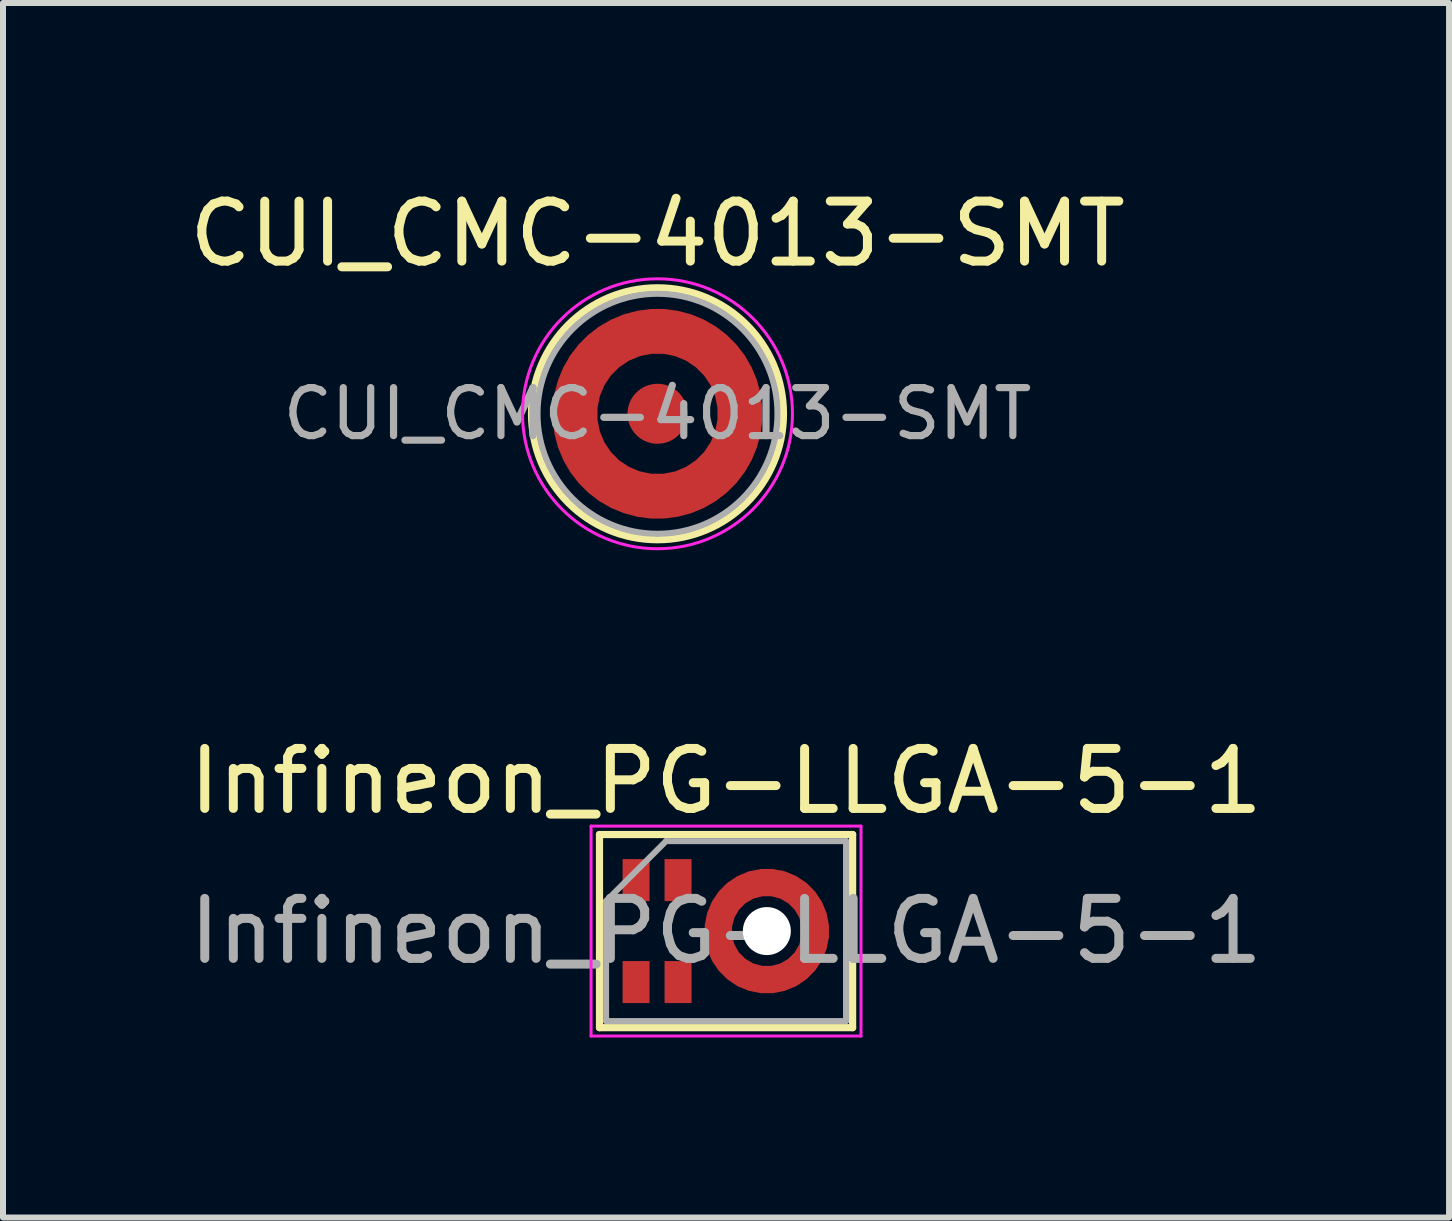
<source format=kicad_pcb>
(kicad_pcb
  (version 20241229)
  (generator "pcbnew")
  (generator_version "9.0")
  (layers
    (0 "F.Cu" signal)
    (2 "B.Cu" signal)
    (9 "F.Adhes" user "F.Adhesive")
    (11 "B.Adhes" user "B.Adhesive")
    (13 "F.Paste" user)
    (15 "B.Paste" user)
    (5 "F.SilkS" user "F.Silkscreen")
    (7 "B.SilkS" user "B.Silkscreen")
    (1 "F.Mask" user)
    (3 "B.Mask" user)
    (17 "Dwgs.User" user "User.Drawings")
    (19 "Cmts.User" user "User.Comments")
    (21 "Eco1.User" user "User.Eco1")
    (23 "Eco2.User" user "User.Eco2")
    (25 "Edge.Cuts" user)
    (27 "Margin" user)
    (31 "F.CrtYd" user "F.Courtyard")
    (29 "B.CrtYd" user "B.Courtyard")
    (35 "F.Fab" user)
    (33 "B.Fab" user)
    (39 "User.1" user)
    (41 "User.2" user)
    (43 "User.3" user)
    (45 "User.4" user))
  (footprint "CUI_CMC-4013-SMT"
    (layer "F.Cu")
    (at 7.911 3.848)
    (property "Reference" "CUI_CMC-4013-SMT" (at 0 -3 0) (layer "F.SilkS") (effects (font (size 1 1) (thickness 0.15))))
    (attr smd)
    (fp_circle (center 0 0) (end 2.1 0) (stroke (width 0.12) (type solid)) (fill no) (layer "F.SilkS"))
    (fp_circle (center 0 0) (end 2.25 0) (stroke (width 0.05) (type solid)) (fill no) (layer "F.CrtYd"))
    (fp_circle (center 0 0) (end 2 0) (stroke (width 0.1) (type solid)) (fill no) (layer "F.Fab"))
    (fp_text user "${REFERENCE}" (at 0 0 0) (layer "F.Fab") (effects (font (size 0.8 0.8) (thickness 0.12))))
    (pad "1" smd custom (at 0 -1.375) (size 0.75 0.75) (layers "F.Cu" "F.Mask" "F.Paste") (options (anchor circle)) (primitives (gr_circle (center 0 1.375) (end 1.375 1.375) (width 0.75) (fill no))))
    (pad "2" smd circle (at 0 0) (size 1 1) (layers "F.Cu" "F.Mask" "F.Paste")))
  (footprint "Infineon_PG-LLGA-5-1"
    (layer "F.Cu")
    (at 9.054 12.472)
    (property "Reference" "Infineon_PG-LLGA-5-1" (at 0 -2.5 0) (layer "F.SilkS") (effects (font (size 1 1) (thickness 0.15))))
    (attr smd)
    (fp_line (start -2.11 -1.61) (end 2.11 -1.61) (stroke (width 0.12) (type solid)) (layer "F.SilkS"))
    (fp_line (start -2.11 1.61) (end -2.11 -1.61) (stroke (width 0.12) (type solid)) (layer "F.SilkS"))
    (fp_line (start 2.11 -1.61) (end 2.11 1.61) (stroke (width 0.12) (type solid)) (layer "F.SilkS"))
    (fp_line (start 2.11 1.61) (end -2.11 1.61) (stroke (width 0.12) (type solid)) (layer "F.SilkS"))
    (fp_line (start -2.25 -1.75) (end 2.25 -1.75) (stroke (width 0.05) (type solid)) (layer "F.CrtYd"))
    (fp_line (start -2.25 1.75) (end -2.25 -1.75) (stroke (width 0.05) (type solid)) (layer "F.CrtYd"))
    (fp_line (start 2.25 -1.75) (end 2.25 1.75) (stroke (width 0.05) (type solid)) (layer "F.CrtYd"))
    (fp_line (start 2.25 1.75) (end -2.25 1.75) (stroke (width 0.05) (type solid)) (layer "F.CrtYd"))
    (fp_line (start -2 -0.5) (end -1 -1.5) (stroke (width 0.1) (type solid)) (layer "F.Fab"))
    (fp_line (start -2 1.5) (end -2 -0.5) (stroke (width 0.1) (type solid)) (layer "F.Fab"))
    (fp_line (start -1 -1.5) (end 2 -1.5) (stroke (width 0.1) (type solid)) (layer "F.Fab"))
    (fp_line (start 2 -1.5) (end 2 1.5) (stroke (width 0.1) (type solid)) (layer "F.Fab"))
    (fp_line (start 2 1.5) (end -2 1.5) (stroke (width 0.1) (type solid)) (layer "F.Fab"))
    (fp_text user "${REFERENCE}" (at 0 0 0) (layer "F.Fab") (effects (font (size 1 1) (thickness 0.15))))
    (pad "" smd custom (at -1.5 -0.725) (size 0.3 0.3) (layers "F.Paste") (options (anchor circle)) (primitives (gr_poly (pts (xy 0.077 -0.435) (xy 0.141 -0.391) (xy 0.185 -0.327) (xy 0.2 -0.25) (xy 0.2 0) (xy 0.185 0.077) (xy 0.141 0.141) (xy 0.077 0.185) (xy 0 0.2) (xy -0.077 0.185) (xy -0.141 0.141) (xy -0.185 0.077) (xy -0.2 0) (xy -0.2 -0.25) (xy -0.185 -0.327) (xy -0.141 -0.391) (xy -0.077 -0.435) (xy 0 -0.45)) (width 0) (fill yes))))
    (pad "" smd custom (at -1.5 0.725) (size 0.3 0.3) (layers "F.Paste") (options (anchor circle)) (primitives (gr_poly (pts (xy 0.077 -0.185) (xy 0.141 -0.141) (xy 0.185 -0.077) (xy 0.2 0) (xy 0.2 0.25) (xy 0.185 0.327) (xy 0.141 0.391) (xy 0.077 0.435) (xy 0 0.45) (xy -0.077 0.435) (xy -0.141 0.391) (xy -0.185 0.327) (xy -0.2 0.25) (xy -0.2 0) (xy -0.185 -0.077) (xy -0.141 -0.141) (xy -0.077 -0.185) (xy 0 -0.2)) (width 0) (fill yes))))
    (pad "" smd custom (at -0.8 -0.725) (size 0.3 0.3) (layers "F.Paste") (options (anchor circle)) (primitives (gr_poly (pts (xy 0.077 -0.435) (xy 0.141 -0.391) (xy 0.185 -0.327) (xy 0.2 -0.25) (xy 0.2 0) (xy 0.185 0.077) (xy 0.141 0.141) (xy 0.077 0.185) (xy 0 0.2) (xy -0.077 0.185) (xy -0.141 0.141) (xy -0.185 0.077) (xy -0.2 0) (xy -0.2 -0.25) (xy -0.185 -0.327) (xy -0.141 -0.391) (xy -0.077 -0.435) (xy 0 -0.45)) (width 0) (fill yes))))
    (pad "" smd custom (at -0.8 0.725) (size 0.3 0.3) (layers "F.Paste") (options (anchor circle)) (primitives (gr_poly (pts (xy 0.077 -0.185) (xy 0.141 -0.141) (xy 0.185 -0.077) (xy 0.2 0) (xy 0.2 0.25) (xy 0.185 0.327) (xy 0.141 0.391) (xy 0.077 0.435) (xy 0 0.45) (xy -0.077 0.435) (xy -0.141 0.391) (xy -0.185 0.327) (xy -0.2 0.25) (xy -0.2 0) (xy -0.185 -0.077) (xy -0.141 -0.141) (xy -0.077 -0.185) (xy 0 -0.2)) (width 0) (fill yes))))
    (pad "" smd custom (at -0.12 0) (size 0.3 0.3) (layers "F.Paste") (options (anchor circle)) (primitives (gr_poly (pts (xy 0.058 -0.359) (xy 0.129 -0.328) (xy 0.184 -0.273) (xy 0.213 -0.2) (xy 0.213 -0.122) (xy 0.2 0) (xy 0.213 0.122) (xy 0.213 0.2) (xy 0.184 0.273) (xy 0.129 0.328) (xy 0.058 0.359) (xy -0.02 0.36) (xy -0.093 0.33) (xy -0.149 0.276) (xy -0.179 0.204) (xy -0.198 0.068) (xy -0.198 -0.068) (xy -0.179 -0.204) (xy -0.149 -0.276) (xy -0.093 -0.33) (xy -0.02 -0.36)) (width 0) (fill yes))))
    (pad "" smd custom (at 0.28 -0.693) (size 0.3 0.3) (layers "F.Paste") (options (anchor circle)) (primitives (gr_poly (pts (xy 0.24 -0.246) (xy 0.301 -0.198) (xy 0.34 -0.13) (xy 0.349 -0.052) (xy 0.328 0.023) (xy 0.28 0.085) (xy 0.212 0.123) (xy 0.1 0.173) (xy 0.000409 0.245) (xy -0.067 0.285) (xy -0.144 0.296) (xy -0.22 0.276) (xy -0.282 0.229) (xy -0.322 0.162) (xy -0.332 0.085) (xy -0.313 0.009) (xy -0.266 -0.053) (xy -0.158 -0.137) (xy -0.04 -0.205) (xy 0.087 -0.257) (xy 0.164 -0.266)) (width 0) (fill yes))))
    (pad "" smd custom (at 0.28 0.693) (size 0.3 0.3) (layers "F.Paste") (options (anchor circle)) (primitives (gr_poly (pts (xy -0.067 -0.285) (xy 0.000389 -0.245) (xy 0.1 -0.173) (xy 0.212 -0.123) (xy 0.28 -0.085) (xy 0.328 -0.023) (xy 0.349 0.052) (xy 0.34 0.13) (xy 0.301 0.197) (xy 0.24 0.246) (xy 0.164 0.266) (xy 0.087 0.257) (xy -0.04 0.205) (xy -0.158 0.137) (xy -0.266 0.053) (xy -0.313 -0.009) (xy -0.332 -0.085) (xy -0.322 -0.162) (xy -0.282 -0.229) (xy -0.22 -0.276) (xy -0.144 -0.296)) (width 0) (fill yes))))
    (pad "" np_thru_hole circle (at 0.68 0) (size 0.8 0.8) (drill 0.8) (layers "*.Cu" "*.Mask"))
    (pad "" smd custom (at 1.08 -0.693) (size 0.3 0.3) (layers "F.Paste") (options (anchor circle)) (primitives (gr_poly (pts (xy -0.087 -0.257) (xy 0.04 -0.205) (xy 0.158 -0.137) (xy 0.266 -0.053) (xy 0.313 0.009) (xy 0.332 0.085) (xy 0.322 0.162) (xy 0.282 0.229) (xy 0.22 0.276) (xy 0.144 0.296) (xy 0.067 0.285) (xy -0.000409 0.245) (xy -0.1 0.173) (xy -0.212 0.123) (xy -0.28 0.085) (xy -0.328 0.023) (xy -0.349 -0.052) (xy -0.34 -0.13) (xy -0.301 -0.198) (xy -0.24 -0.246) (xy -0.164 -0.266)) (width 0) (fill yes))))
    (pad "" smd custom (at 1.08 0.693) (size 0.3 0.3) (layers "F.Paste") (options (anchor circle)) (primitives (gr_poly (pts (xy 0.22 -0.276) (xy 0.282 -0.229) (xy 0.322 -0.162) (xy 0.332 -0.085) (xy 0.313 -0.009) (xy 0.266 0.053) (xy 0.158 0.137) (xy 0.04 0.205) (xy -0.087 0.257) (xy -0.164 0.266) (xy -0.24 0.246) (xy -0.301 0.198) (xy -0.34 0.13) (xy -0.349 0.052) (xy -0.328 -0.023) (xy -0.28 -0.085) (xy -0.212 -0.123) (xy -0.1 -0.173) (xy -0.000411 -0.245) (xy 0.067 -0.285) (xy 0.144 -0.296)) (width 0) (fill yes))))
    (pad "" smd custom (at 1.48 0) (size 0.3 0.3) (layers "F.Paste") (options (anchor circle)) (primitives (gr_poly (pts (xy 0.093 -0.33) (xy 0.149 -0.276) (xy 0.179 -0.204) (xy 0.198 -0.068) (xy 0.198 0.068) (xy 0.179 0.204) (xy 0.149 0.276) (xy 0.093 0.33) (xy 0.02 0.36) (xy -0.058 0.359) (xy -0.129 0.328) (xy -0.184 0.273) (xy -0.213 0.2) (xy -0.213 0.122) (xy -0.2 0) (xy -0.213 -0.122) (xy -0.213 -0.2) (xy -0.184 -0.273) (xy -0.129 -0.328) (xy -0.058 -0.359) (xy 0.02 -0.36)) (width 0) (fill yes))))
    (pad "1" smd rect (at -1.5 -0.85) (size 0.45 0.7) (layers "F.Cu" "F.Mask"))
    (pad "2" smd rect (at -0.8 -0.85) (size 0.45 0.7) (layers "F.Cu" "F.Mask"))
    (pad "3" smd rect (at -1.5 0.85) (size 0.45 0.7) (layers "F.Cu" "F.Mask"))
    (pad "4" smd rect (at -0.8 0.85) (size 0.45 0.7) (layers "F.Cu" "F.Mask"))
    (pad "5" smd custom (at 0.68 -0.81) (size 0.4 0.4) (layers "F.Cu" "F.Mask") (options (anchor circle)) (primitives (gr_circle (center 0 0.81) (end 0.81 0.81) (width 0.46) (fill no)))))
  (gr_rect
    (start -3 -3)
    (end 21.107 17.247)
    (stroke (width 0.1) (type default))
    (fill no)
    (layer "Edge.Cuts")))
</source>
